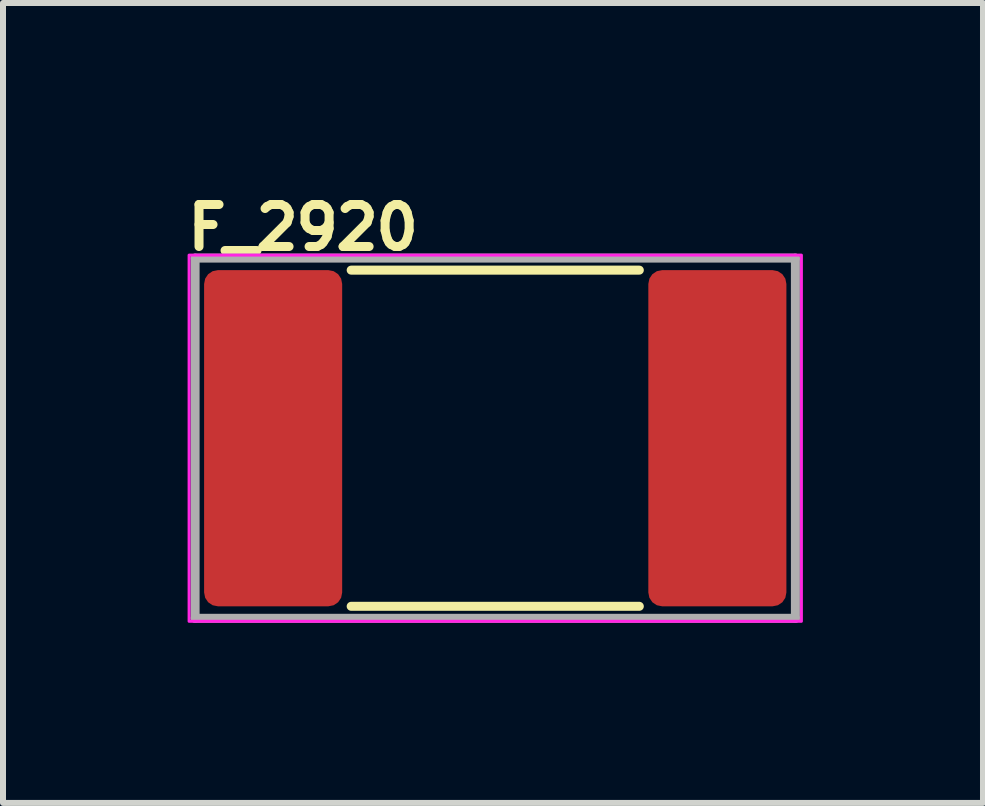
<source format=kicad_pcb>
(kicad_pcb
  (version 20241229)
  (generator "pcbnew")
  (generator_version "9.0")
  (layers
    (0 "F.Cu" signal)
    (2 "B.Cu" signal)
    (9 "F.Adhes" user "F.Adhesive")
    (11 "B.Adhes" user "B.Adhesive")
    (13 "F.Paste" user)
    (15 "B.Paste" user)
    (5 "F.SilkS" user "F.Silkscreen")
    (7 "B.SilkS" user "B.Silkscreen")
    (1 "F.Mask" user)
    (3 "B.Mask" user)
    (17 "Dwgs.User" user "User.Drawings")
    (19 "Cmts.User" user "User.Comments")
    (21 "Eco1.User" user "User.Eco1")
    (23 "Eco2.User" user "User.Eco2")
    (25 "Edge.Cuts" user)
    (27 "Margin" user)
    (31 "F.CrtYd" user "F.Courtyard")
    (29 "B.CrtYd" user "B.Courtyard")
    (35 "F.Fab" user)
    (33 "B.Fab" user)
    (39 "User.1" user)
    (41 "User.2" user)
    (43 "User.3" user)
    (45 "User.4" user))
  (footprint "F_2920"
    (layer "F.Cu")
    (at 5.2 4.25)
    (property "Reference" "F_2920" (at -5.2 -3.1 0) (layer "F.SilkS") (effects (font (size 0.7 0.7) (thickness 0.15)) (justify left bottom)))
    (attr smd)
    (fp_line (start -2.4 -2.8) (end 2.4 -2.8) (stroke (width 0.15) (type solid)) (layer "F.SilkS"))
    (fp_line (start -2.4 2.8) (end 2.4 2.8) (stroke (width 0.15) (type solid)) (layer "F.SilkS"))
    (fp_rect (start -5.1 -3.05) (end 5.1 3.05) (stroke (width 0.05) (type solid)) (fill no) (layer "F.CrtYd"))
    (fp_line (start -5 -3) (end -5 3) (stroke (width 0.15) (type solid)) (layer "F.Fab"))
    (fp_line (start -5 -3) (end 5 -3) (stroke (width 0.15) (type solid)) (layer "F.Fab"))
    (fp_line (start -5 3) (end 5 3) (stroke (width 0.15) (type solid)) (layer "F.Fab"))
    (fp_line (start 5 3) (end 5 -3) (stroke (width 0.15) (type solid)) (layer "F.Fab"))
    (fp_rect (start -3.678 -2.56) (end 3.678 2.56) (stroke (width 0.1) (type solid)) (fill no) (layer "User.5"))
    (fp_line (start -3.678 -2.56) (end -3.678 -0.7) (stroke (width 0.02) (type solid)) (layer "User.9"))
    (fp_line (start -3.678 -0.7) (end -3.631 -0.698) (stroke (width 0.02) (type solid)) (layer "User.9"))
    (fp_line (start -3.678 0.7) (end -3.678 2.56) (stroke (width 0.02) (type solid)) (layer "User.9"))
    (fp_line (start -3.678 2.56) (end -2.828 2.56) (stroke (width 0.02) (type solid)) (layer "User.9"))
    (fp_line (start -3.654 0.7) (end -3.678 0.7) (stroke (width 0.02) (type solid)) (layer "User.9"))
    (fp_line (start -3.631 -0.698) (end -3.585 -0.694) (stroke (width 0.02) (type solid)) (layer "User.9"))
    (fp_line (start -3.631 0.698) (end -3.654 0.7) (stroke (width 0.02) (type solid)) (layer "User.9"))
    (fp_line (start -3.608 0.697) (end -3.631 0.698) (stroke (width 0.02) (type solid)) (layer "User.9"))
    (fp_line (start -3.585 -0.694) (end -3.539 -0.686) (stroke (width 0.02) (type solid)) (layer "User.9"))
    (fp_line (start -3.585 0.694) (end -3.608 0.697) (stroke (width 0.02) (type solid)) (layer "User.9"))
    (fp_line (start -3.562 0.69) (end -3.585 0.694) (stroke (width 0.02) (type solid)) (layer "User.9"))
    (fp_line (start -3.539 -0.686) (end -3.495 -0.676) (stroke (width 0.02) (type solid)) (layer "User.9"))
    (fp_line (start -3.539 0.686) (end -3.562 0.69) (stroke (width 0.02) (type solid)) (layer "User.9"))
    (fp_line (start -3.517 0.681) (end -3.539 0.686) (stroke (width 0.02) (type solid)) (layer "User.9"))
    (fp_line (start -3.495 -0.676) (end -3.451 -0.662) (stroke (width 0.02) (type solid)) (layer "User.9"))
    (fp_line (start -3.495 0.676) (end -3.517 0.681) (stroke (width 0.02) (type solid)) (layer "User.9"))
    (fp_line (start -3.473 0.669) (end -3.495 0.676) (stroke (width 0.02) (type solid)) (layer "User.9"))
    (fp_line (start -3.451 -0.662) (end -3.409 -0.646) (stroke (width 0.02) (type solid)) (layer "User.9"))
    (fp_line (start -3.451 0.662) (end -3.473 0.669) (stroke (width 0.02) (type solid)) (layer "User.9"))
    (fp_line (start -3.43 0.655) (end -3.451 0.662) (stroke (width 0.02) (type solid)) (layer "User.9"))
    (fp_line (start -3.409 -0.646) (end -3.367 -0.628) (stroke (width 0.02) (type solid)) (layer "User.9"))
    (fp_line (start -3.409 0.646) (end -3.43 0.655) (stroke (width 0.02) (type solid)) (layer "User.9"))
    (fp_line (start -3.388 0.637) (end -3.409 0.646) (stroke (width 0.02) (type solid)) (layer "User.9"))
    (fp_line (start -3.367 -0.628) (end -3.328 -0.606) (stroke (width 0.02) (type solid)) (layer "User.9"))
    (fp_line (start -3.367 0.628) (end -3.388 0.637) (stroke (width 0.02) (type solid)) (layer "User.9"))
    (fp_line (start -3.347 0.617) (end -3.367 0.628) (stroke (width 0.02) (type solid)) (layer "User.9"))
    (fp_line (start -3.328 -0.606) (end -3.289 -0.582) (stroke (width 0.02) (type solid)) (layer "User.9"))
    (fp_line (start -3.328 0.606) (end -3.347 0.617) (stroke (width 0.02) (type solid)) (layer "User.9"))
    (fp_line (start -3.308 0.595) (end -3.328 0.606) (stroke (width 0.02) (type solid)) (layer "User.9"))
    (fp_line (start -3.289 -0.582) (end -3.252 -0.556) (stroke (width 0.02) (type solid)) (layer "User.9"))
    (fp_line (start -3.289 0.582) (end -3.308 0.595) (stroke (width 0.02) (type solid)) (layer "User.9"))
    (fp_line (start -3.27 0.569) (end -3.289 0.582) (stroke (width 0.02) (type solid)) (layer "User.9"))
    (fp_line (start -3.252 -0.556) (end -3.217 -0.527) (stroke (width 0.02) (type solid)) (layer "User.9"))
    (fp_line (start -3.252 0.556) (end -3.27 0.569) (stroke (width 0.02) (type solid)) (layer "User.9"))
    (fp_line (start -3.234 0.542) (end -3.252 0.556) (stroke (width 0.02) (type solid)) (layer "User.9"))
    (fp_line (start -3.217 -0.527) (end -3.184 -0.496) (stroke (width 0.02) (type solid)) (layer "User.9"))
    (fp_line (start -3.217 0.527) (end -3.234 0.542) (stroke (width 0.02) (type solid)) (layer "User.9"))
    (fp_line (start -3.2 0.512) (end -3.217 0.527) (stroke (width 0.02) (type solid)) (layer "User.9"))
    (fp_line (start -3.184 -0.496) (end -3.152 -0.463) (stroke (width 0.02) (type solid)) (layer "User.9"))
    (fp_line (start -3.184 0.496) (end -3.2 0.512) (stroke (width 0.02) (type solid)) (layer "User.9"))
    (fp_line (start -3.168 0.48) (end -3.184 0.496) (stroke (width 0.02) (type solid)) (layer "User.9"))
    (fp_line (start -3.152 -0.463) (end -3.123 -0.427) (stroke (width 0.02) (type solid)) (layer "User.9"))
    (fp_line (start -3.152 0.463) (end -3.168 0.48) (stroke (width 0.02) (type solid)) (layer "User.9"))
    (fp_line (start -3.137 0.445) (end -3.152 0.463) (stroke (width 0.02) (type solid)) (layer "User.9"))
    (fp_line (start -3.123 -0.427) (end -3.096 -0.39) (stroke (width 0.02) (type solid)) (layer "User.9"))
    (fp_line (start -3.123 0.427) (end -3.137 0.445) (stroke (width 0.02) (type solid)) (layer "User.9"))
    (fp_line (start -3.109 0.409) (end -3.123 0.427) (stroke (width 0.02) (type solid)) (layer "User.9"))
    (fp_line (start -3.096 -0.39) (end -3.071 -0.35) (stroke (width 0.02) (type solid)) (layer "User.9"))
    (fp_line (start -3.096 0.39) (end -3.109 0.409) (stroke (width 0.02) (type solid)) (layer "User.9"))
    (fp_line (start -3.083 0.37) (end -3.096 0.39) (stroke (width 0.02) (type solid)) (layer "User.9"))
    (fp_line (start -3.071 -0.35) (end -3.049 -0.309) (stroke (width 0.02) (type solid)) (layer "User.9"))
    (fp_line (start -3.071 0.35) (end -3.083 0.37) (stroke (width 0.02) (type solid)) (layer "User.9"))
    (fp_line (start -3.049 -0.309) (end -3.03 -0.267) (stroke (width 0.02) (type solid)) (layer "User.9"))
    (fp_line (start -3.049 0.309) (end -3.071 0.35) (stroke (width 0.02) (type solid)) (layer "User.9"))
    (fp_line (start -3.03 -0.267) (end -3.014 -0.224) (stroke (width 0.02) (type solid)) (layer "User.9"))
    (fp_line (start -3.03 0.267) (end -3.049 0.309) (stroke (width 0.02) (type solid)) (layer "User.9"))
    (fp_line (start -3.014 -0.224) (end -3.001 -0.18) (stroke (width 0.02) (type solid)) (layer "User.9"))
    (fp_line (start -3.014 0.224) (end -3.03 0.267) (stroke (width 0.02) (type solid)) (layer "User.9"))
    (fp_line (start -3.001 -0.18) (end -2.991 -0.135) (stroke (width 0.02) (type solid)) (layer "User.9"))
    (fp_line (start -3.001 0.18) (end -3.014 0.224) (stroke (width 0.02) (type solid)) (layer "User.9"))
    (fp_line (start -2.991 -0.135) (end -2.983 -0.09) (stroke (width 0.02) (type solid)) (layer "User.9"))
    (fp_line (start -2.991 0.135) (end -3.001 0.18) (stroke (width 0.02) (type solid)) (layer "User.9"))
    (fp_line (start -2.983 -0.09) (end -2.979 -0.045) (stroke (width 0.02) (type solid)) (layer "User.9"))
    (fp_line (start -2.983 0.09) (end -2.991 0.135) (stroke (width 0.02) (type solid)) (layer "User.9"))
    (fp_line (start -2.979 -0.045) (end -2.978 0) (stroke (width 0.02) (type solid)) (layer "User.9"))
    (fp_line (start -2.979 0.045) (end -2.983 0.09) (stroke (width 0.02) (type solid)) (layer "User.9"))
    (fp_line (start -2.978 0) (end -2.979 0.045) (stroke (width 0.02) (type solid)) (layer "User.9"))
    (fp_line (start -2.828 -2.56) (end -3.678 -2.56) (stroke (width 0.02) (type solid)) (layer "User.9"))
    (fp_line (start -2.828 -2.56) (end -2.828 2.56) (stroke (width 0.02) (type solid)) (layer "User.9"))
    (fp_line (start -2.828 2.56) (end -2.828 -2.56) (stroke (width 0.02) (type solid)) (layer "User.9"))
    (fp_line (start -2.828 2.56) (end -2.581 2.56) (stroke (width 0.02) (type solid)) (layer "User.9"))
    (fp_line (start -2.581 -2.56) (end -2.828 -2.56) (stroke (width 0.02) (type solid)) (layer "User.9"))
    (fp_line (start -2.581 -2.56) (end -2.581 2.56) (stroke (width 0.02) (type solid)) (layer "User.9"))
    (fp_line (start -2.581 2.56) (end -2.581 -2.56) (stroke (width 0.02) (type solid)) (layer "User.9"))
    (fp_line (start -2.581 2.56) (end 2.828 2.56) (stroke (width 0.02) (type solid)) (layer "User.9"))
    (fp_line (start 2.828 -2.56) (end -2.581 -2.56) (stroke (width 0.02) (type solid)) (layer "User.9"))
    (fp_line (start 2.828 -2.56) (end 2.828 2.56) (stroke (width 0.02) (type solid)) (layer "User.9"))
    (fp_line (start 2.828 2.56) (end 2.828 -2.56) (stroke (width 0.02) (type solid)) (layer "User.9"))
    (fp_line (start 2.828 2.56) (end 3.678 2.56) (stroke (width 0.02) (type solid)) (layer "User.9"))
    (fp_line (start 2.978 0) (end 2.979 -0.045) (stroke (width 0.02) (type solid)) (layer "User.9"))
    (fp_line (start 2.979 -0.045) (end 2.983 -0.09) (stroke (width 0.02) (type solid)) (layer "User.9"))
    (fp_line (start 2.979 0.045) (end 2.978 0) (stroke (width 0.02) (type solid)) (layer "User.9"))
    (fp_line (start 2.983 -0.09) (end 2.991 -0.135) (stroke (width 0.02) (type solid)) (layer "User.9"))
    (fp_line (start 2.983 0.09) (end 2.979 0.045) (stroke (width 0.02) (type solid)) (layer "User.9"))
    (fp_line (start 2.991 -0.135) (end 3.001 -0.18) (stroke (width 0.02) (type solid)) (layer "User.9"))
    (fp_line (start 2.991 0.135) (end 2.983 0.09) (stroke (width 0.02) (type solid)) (layer "User.9"))
    (fp_line (start 3.001 -0.18) (end 3.014 -0.224) (stroke (width 0.02) (type solid)) (layer "User.9"))
    (fp_line (start 3.001 0.18) (end 2.991 0.135) (stroke (width 0.02) (type solid)) (layer "User.9"))
    (fp_line (start 3.014 -0.224) (end 3.03 -0.267) (stroke (width 0.02) (type solid)) (layer "User.9"))
    (fp_line (start 3.014 0.224) (end 3.001 0.18) (stroke (width 0.02) (type solid)) (layer "User.9"))
    (fp_line (start 3.03 -0.267) (end 3.049 -0.309) (stroke (width 0.02) (type solid)) (layer "User.9"))
    (fp_line (start 3.03 0.267) (end 3.014 0.224) (stroke (width 0.02) (type solid)) (layer "User.9"))
    (fp_line (start 3.049 -0.309) (end 3.071 -0.35) (stroke (width 0.02) (type solid)) (layer "User.9"))
    (fp_line (start 3.049 0.309) (end 3.03 0.267) (stroke (width 0.02) (type solid)) (layer "User.9"))
    (fp_line (start 3.071 -0.35) (end 3.083 -0.37) (stroke (width 0.02) (type solid)) (layer "User.9"))
    (fp_line (start 3.071 0.35) (end 3.049 0.309) (stroke (width 0.02) (type solid)) (layer "User.9"))
    (fp_line (start 3.083 -0.37) (end 3.096 -0.39) (stroke (width 0.02) (type solid)) (layer "User.9"))
    (fp_line (start 3.096 -0.39) (end 3.109 -0.409) (stroke (width 0.02) (type solid)) (layer "User.9"))
    (fp_line (start 3.096 0.39) (end 3.071 0.35) (stroke (width 0.02) (type solid)) (layer "User.9"))
    (fp_line (start 3.109 -0.409) (end 3.123 -0.427) (stroke (width 0.02) (type solid)) (layer "User.9"))
    (fp_line (start 3.123 -0.427) (end 3.137 -0.445) (stroke (width 0.02) (type solid)) (layer "User.9"))
    (fp_line (start 3.123 0.427) (end 3.096 0.39) (stroke (width 0.02) (type solid)) (layer "User.9"))
    (fp_line (start 3.137 -0.445) (end 3.152 -0.463) (stroke (width 0.02) (type solid)) (layer "User.9"))
    (fp_line (start 3.152 -0.463) (end 3.168 -0.48) (stroke (width 0.02) (type solid)) (layer "User.9"))
    (fp_line (start 3.152 0.463) (end 3.123 0.427) (stroke (width 0.02) (type solid)) (layer "User.9"))
    (fp_line (start 3.168 -0.48) (end 3.184 -0.496) (stroke (width 0.02) (type solid)) (layer "User.9"))
    (fp_line (start 3.184 -0.496) (end 3.2 -0.512) (stroke (width 0.02) (type solid)) (layer "User.9"))
    (fp_line (start 3.184 0.496) (end 3.152 0.463) (stroke (width 0.02) (type solid)) (layer "User.9"))
    (fp_line (start 3.2 -0.512) (end 3.217 -0.527) (stroke (width 0.02) (type solid)) (layer "User.9"))
    (fp_line (start 3.217 -0.527) (end 3.234 -0.542) (stroke (width 0.02) (type solid)) (layer "User.9"))
    (fp_line (start 3.217 0.527) (end 3.184 0.496) (stroke (width 0.02) (type solid)) (layer "User.9"))
    (fp_line (start 3.234 -0.542) (end 3.252 -0.556) (stroke (width 0.02) (type solid)) (layer "User.9"))
    (fp_line (start 3.252 -0.556) (end 3.27 -0.569) (stroke (width 0.02) (type solid)) (layer "User.9"))
    (fp_line (start 3.252 0.556) (end 3.217 0.527) (stroke (width 0.02) (type solid)) (layer "User.9"))
    (fp_line (start 3.27 -0.569) (end 3.289 -0.582) (stroke (width 0.02) (type solid)) (layer "User.9"))
    (fp_line (start 3.289 -0.582) (end 3.308 -0.595) (stroke (width 0.02) (type solid)) (layer "User.9"))
    (fp_line (start 3.289 0.582) (end 3.252 0.556) (stroke (width 0.02) (type solid)) (layer "User.9"))
    (fp_line (start 3.308 -0.595) (end 3.328 -0.606) (stroke (width 0.02) (type solid)) (layer "User.9"))
    (fp_line (start 3.328 -0.606) (end 3.347 -0.617) (stroke (width 0.02) (type solid)) (layer "User.9"))
    (fp_line (start 3.328 0.606) (end 3.289 0.582) (stroke (width 0.02) (type solid)) (layer "User.9"))
    (fp_line (start 3.347 -0.617) (end 3.367 -0.628) (stroke (width 0.02) (type solid)) (layer "User.9"))
    (fp_line (start 3.367 -0.628) (end 3.388 -0.637) (stroke (width 0.02) (type solid)) (layer "User.9"))
    (fp_line (start 3.367 0.628) (end 3.328 0.606) (stroke (width 0.02) (type solid)) (layer "User.9"))
    (fp_line (start 3.388 -0.637) (end 3.409 -0.646) (stroke (width 0.02) (type solid)) (layer "User.9"))
    (fp_line (start 3.409 -0.646) (end 3.43 -0.655) (stroke (width 0.02) (type solid)) (layer "User.9"))
    (fp_line (start 3.409 0.646) (end 3.367 0.628) (stroke (width 0.02) (type solid)) (layer "User.9"))
    (fp_line (start 3.43 -0.655) (end 3.451 -0.662) (stroke (width 0.02) (type solid)) (layer "User.9"))
    (fp_line (start 3.451 -0.662) (end 3.473 -0.669) (stroke (width 0.02) (type solid)) (layer "User.9"))
    (fp_line (start 3.451 0.662) (end 3.409 0.646) (stroke (width 0.02) (type solid)) (layer "User.9"))
    (fp_line (start 3.473 -0.669) (end 3.495 -0.676) (stroke (width 0.02) (type solid)) (layer "User.9"))
    (fp_line (start 3.495 -0.676) (end 3.517 -0.681) (stroke (width 0.02) (type solid)) (layer "User.9"))
    (fp_line (start 3.495 0.676) (end 3.451 0.662) (stroke (width 0.02) (type solid)) (layer "User.9"))
    (fp_line (start 3.517 -0.681) (end 3.539 -0.686) (stroke (width 0.02) (type solid)) (layer "User.9"))
    (fp_line (start 3.539 -0.686) (end 3.562 -0.69) (stroke (width 0.02) (type solid)) (layer "User.9"))
    (fp_line (start 3.539 0.686) (end 3.495 0.676) (stroke (width 0.02) (type solid)) (layer "User.9"))
    (fp_line (start 3.562 -0.69) (end 3.585 -0.694) (stroke (width 0.02) (type solid)) (layer "User.9"))
    (fp_line (start 3.585 -0.694) (end 3.608 -0.697) (stroke (width 0.02) (type solid)) (layer "User.9"))
    (fp_line (start 3.585 0.694) (end 3.539 0.686) (stroke (width 0.02) (type solid)) (layer "User.9"))
    (fp_line (start 3.608 -0.697) (end 3.631 -0.698) (stroke (width 0.02) (type solid)) (layer "User.9"))
    (fp_line (start 3.631 -0.698) (end 3.654 -0.7) (stroke (width 0.02) (type solid)) (layer "User.9"))
    (fp_line (start 3.631 0.698) (end 3.585 0.694) (stroke (width 0.02) (type solid)) (layer "User.9"))
    (fp_line (start 3.654 -0.7) (end 3.678 -0.7) (stroke (width 0.02) (type solid)) (layer "User.9"))
    (fp_line (start 3.678 -2.56) (end 2.828 -2.56) (stroke (width 0.02) (type solid)) (layer "User.9"))
    (fp_line (start 3.678 -0.7) (end 3.678 -2.56) (stroke (width 0.02) (type solid)) (layer "User.9"))
    (fp_line (start 3.678 0.7) (end 3.631 0.698) (stroke (width 0.02) (type solid)) (layer "User.9"))
    (fp_line (start 3.678 2.56) (end 3.678 0.7) (stroke (width 0.02) (type solid)) (layer "User.9"))
    (pad "1" smd roundrect (at -3.7 0) (size 2.3 5.6) (layers "F.Cu" "F.Mask" "F.Paste") (roundrect_rratio 0.1))
    (pad "2" smd roundrect (at 3.7 0) (size 2.3 5.6) (layers "F.Cu" "F.Mask" "F.Paste") (roundrect_rratio 0.1)))
  (gr_rect
    (start -3 -3)
    (end 13.325 10.325)
    (stroke (width 0.1) (type default))
    (fill no)
    (layer "Edge.Cuts")))
</source>
